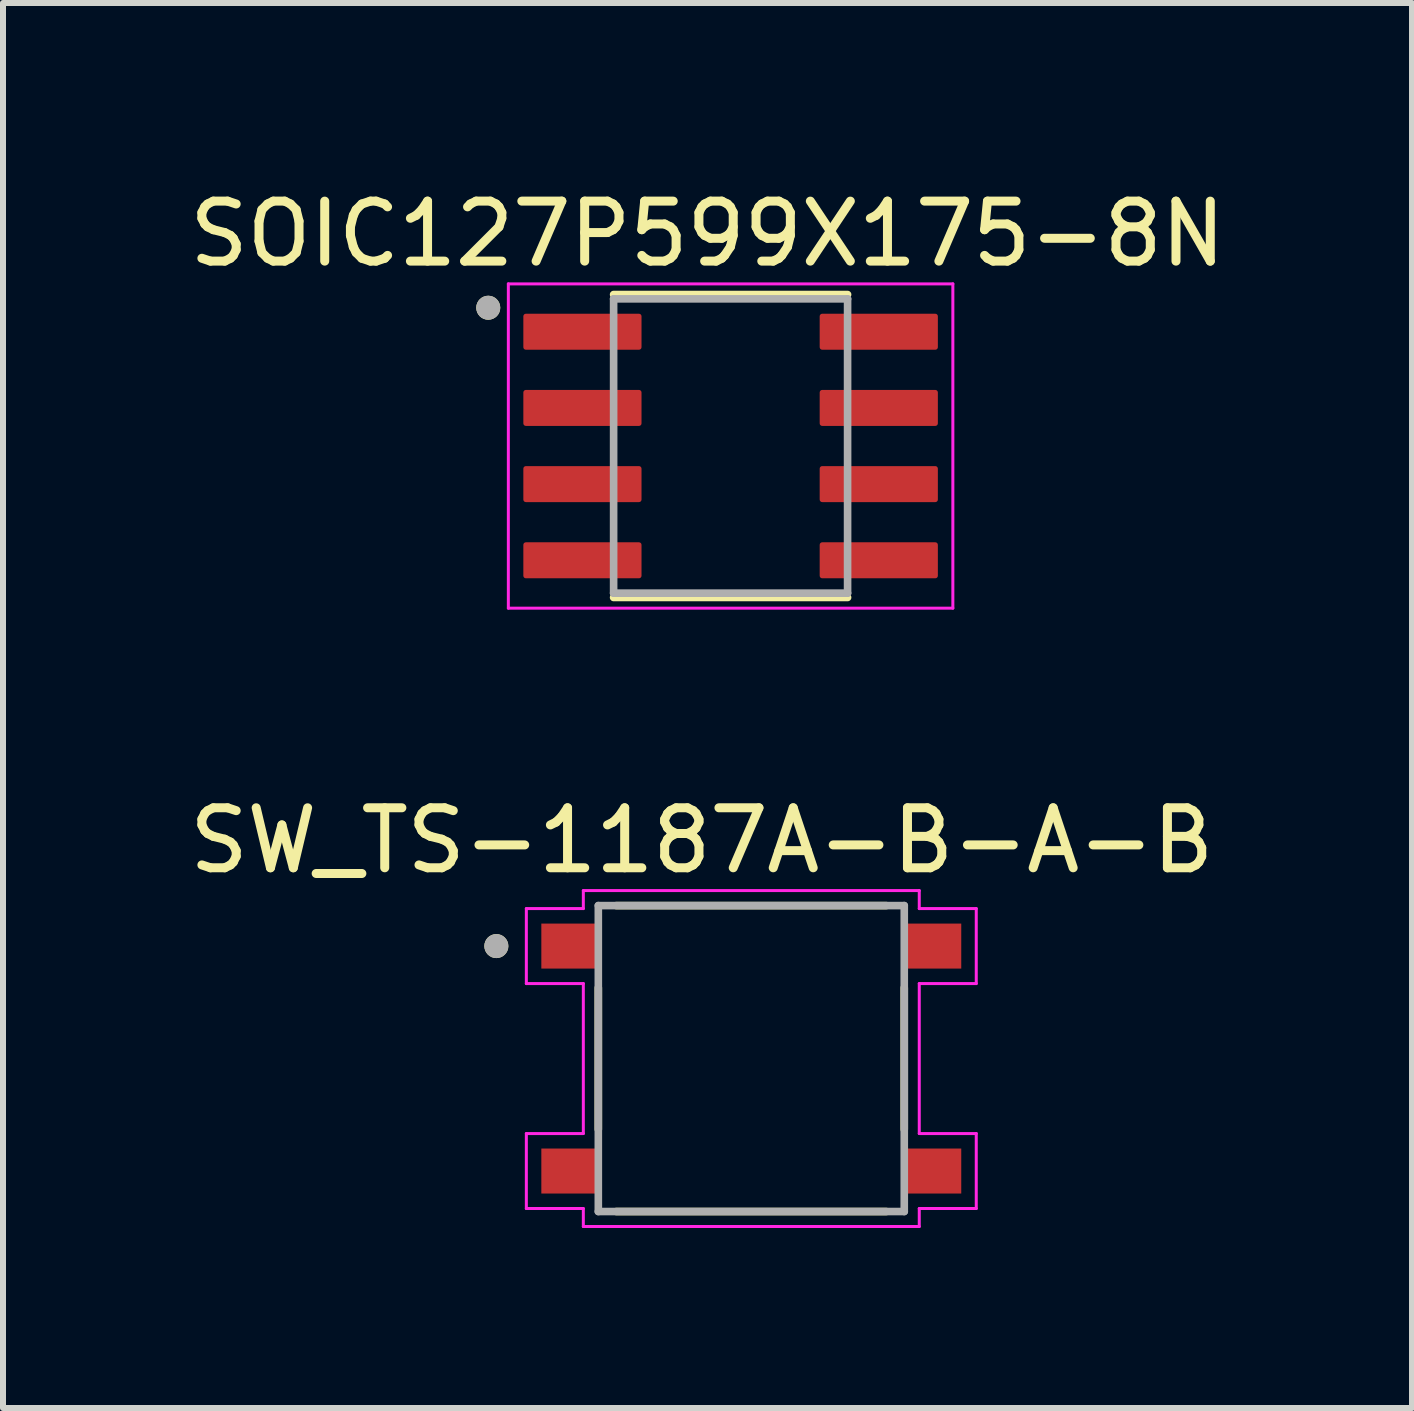
<source format=kicad_pcb>
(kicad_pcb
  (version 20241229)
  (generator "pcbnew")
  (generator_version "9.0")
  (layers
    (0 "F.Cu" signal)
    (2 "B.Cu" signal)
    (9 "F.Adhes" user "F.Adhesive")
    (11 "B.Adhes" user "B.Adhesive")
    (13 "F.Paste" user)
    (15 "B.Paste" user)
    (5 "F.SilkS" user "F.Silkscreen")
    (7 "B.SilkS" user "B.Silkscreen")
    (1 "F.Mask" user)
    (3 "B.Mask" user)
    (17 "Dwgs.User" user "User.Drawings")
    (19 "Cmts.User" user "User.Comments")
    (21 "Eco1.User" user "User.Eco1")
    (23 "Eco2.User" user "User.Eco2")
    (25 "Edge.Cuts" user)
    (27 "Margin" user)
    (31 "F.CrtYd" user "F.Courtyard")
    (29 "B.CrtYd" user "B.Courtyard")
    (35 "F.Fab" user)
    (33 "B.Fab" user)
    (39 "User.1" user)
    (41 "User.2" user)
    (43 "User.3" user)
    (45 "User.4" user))
  (footprint "SOIC127P599X175-8N"
    (layer "F.Cu")
    (at 9.129 4.385)
    (property "Reference" "SOIC127P599X175-8N" (at -0.385 -3.537 0) (layer "F.SilkS") (effects (font (size 1 1) (thickness 0.15))))
    (attr through_hole)
    (fp_line (start -1.95 -2.525) (end 1.95 -2.525) (stroke (width 0.127) (type solid)) (layer "F.SilkS"))
    (fp_line (start -1.95 2.525) (end 1.95 2.525) (stroke (width 0.127) (type solid)) (layer "F.SilkS"))
    (fp_circle (center -4.04 -2.305) (end -3.94 -2.305) (stroke (width 0.2) (type solid)) (fill no) (layer "F.SilkS"))
    (fp_line (start -3.705 -2.703) (end -3.705 2.703) (stroke (width 0.05) (type solid)) (layer "F.CrtYd"))
    (fp_line (start -3.705 -2.703) (end 3.705 -2.703) (stroke (width 0.05) (type solid)) (layer "F.CrtYd"))
    (fp_line (start -3.705 2.703) (end 3.705 2.703) (stroke (width 0.05) (type solid)) (layer "F.CrtYd"))
    (fp_line (start 3.705 -2.703) (end 3.705 2.703) (stroke (width 0.05) (type solid)) (layer "F.CrtYd"))
    (fp_line (start -1.95 -2.453) (end -1.95 2.453) (stroke (width 0.127) (type solid)) (layer "F.Fab"))
    (fp_line (start -1.95 -2.453) (end 1.95 -2.453) (stroke (width 0.127) (type solid)) (layer "F.Fab"))
    (fp_line (start -1.95 2.453) (end 1.95 2.453) (stroke (width 0.127) (type solid)) (layer "F.Fab"))
    (fp_line (start 1.95 -2.453) (end 1.95 2.453) (stroke (width 0.127) (type solid)) (layer "F.Fab"))
    (fp_circle (center -4.04 -2.305) (end -3.94 -2.305) (stroke (width 0.2) (type solid)) (fill no) (layer "F.Fab"))
    (pad "1" smd roundrect (at -2.47 -1.905) (size 1.97 0.6) (layers "F.Cu" "F.Mask" "F.Paste") (roundrect_rratio 0.07))
    (pad "2" smd roundrect (at -2.47 -0.635) (size 1.97 0.6) (layers "F.Cu" "F.Mask" "F.Paste") (roundrect_rratio 0.07))
    (pad "3" smd roundrect (at -2.47 0.635) (size 1.97 0.6) (layers "F.Cu" "F.Mask" "F.Paste") (roundrect_rratio 0.07))
    (pad "4" smd roundrect (at -2.47 1.905) (size 1.97 0.6) (layers "F.Cu" "F.Mask" "F.Paste") (roundrect_rratio 0.07))
    (pad "5" smd roundrect (at 2.47 1.905) (size 1.97 0.6) (layers "F.Cu" "F.Mask" "F.Paste") (roundrect_rratio 0.07))
    (pad "6" smd roundrect (at 2.47 0.635) (size 1.97 0.6) (layers "F.Cu" "F.Mask" "F.Paste") (roundrect_rratio 0.07))
    (pad "7" smd roundrect (at 2.47 -0.635) (size 1.97 0.6) (layers "F.Cu" "F.Mask" "F.Paste") (roundrect_rratio 0.07))
    (pad "8" smd roundrect (at 2.47 -1.905) (size 1.97 0.6) (layers "F.Cu" "F.Mask" "F.Paste") (roundrect_rratio 0.07)))
  (footprint "SW_TS-1187A-B-A-B"
    (layer "F.Cu")
    (at 9.474 14.596)
    (property "Reference" "SW_TS-1187A-B-A-B" (at -0.825 -3.635 0) (layer "F.SilkS") (effects (font (size 1 1) (thickness 0.15))))
    (attr through_hole)
    (fp_line (start -2.55 -1.18) (end -2.55 1.18) (stroke (width 0.127) (type solid)) (layer "F.SilkS"))
    (fp_line (start 2.25 -2.55) (end -2.25 -2.55) (stroke (width 0.127) (type solid)) (layer "F.SilkS"))
    (fp_line (start 2.25 2.55) (end -2.25 2.55) (stroke (width 0.127) (type solid)) (layer "F.SilkS"))
    (fp_line (start 2.55 1.18) (end 2.55 -1.18) (stroke (width 0.127) (type solid)) (layer "F.SilkS"))
    (fp_circle (center -4.25 -1.875) (end -4.15 -1.875) (stroke (width 0.2) (type solid)) (fill no) (layer "F.SilkS"))
    (fp_line (start -3.75 -2.5) (end -3.75 -1.25) (stroke (width 0.05) (type solid)) (layer "F.CrtYd"))
    (fp_line (start -3.75 -2.5) (end -2.8 -2.5) (stroke (width 0.05) (type solid)) (layer "F.CrtYd"))
    (fp_line (start -3.75 -1.25) (end -2.8 -1.25) (stroke (width 0.05) (type solid)) (layer "F.CrtYd"))
    (fp_line (start -3.75 1.25) (end -2.8 1.25) (stroke (width 0.05) (type solid)) (layer "F.CrtYd"))
    (fp_line (start -3.75 2.5) (end -3.75 1.25) (stroke (width 0.05) (type solid)) (layer "F.CrtYd"))
    (fp_line (start -3.75 2.5) (end -2.8 2.5) (stroke (width 0.05) (type solid)) (layer "F.CrtYd"))
    (fp_line (start -2.8 -2.8) (end -2.8 -2.5) (stroke (width 0.05) (type solid)) (layer "F.CrtYd"))
    (fp_line (start -2.8 -1.25) (end -2.8 1.25) (stroke (width 0.05) (type solid)) (layer "F.CrtYd"))
    (fp_line (start -2.8 2.8) (end -2.8 2.5) (stroke (width 0.05) (type solid)) (layer "F.CrtYd"))
    (fp_line (start -2.8 2.8) (end 2.8 2.8) (stroke (width 0.05) (type solid)) (layer "F.CrtYd"))
    (fp_line (start 2.8 -2.8) (end -2.8 -2.8) (stroke (width 0.05) (type solid)) (layer "F.CrtYd"))
    (fp_line (start 2.8 -2.8) (end 2.8 -2.5) (stroke (width 0.05) (type solid)) (layer "F.CrtYd"))
    (fp_line (start 2.8 -1.25) (end 2.8 1.25) (stroke (width 0.05) (type solid)) (layer "F.CrtYd"))
    (fp_line (start 2.8 2.8) (end 2.8 2.5) (stroke (width 0.05) (type solid)) (layer "F.CrtYd"))
    (fp_line (start 3.75 -2.5) (end 2.8 -2.5) (stroke (width 0.05) (type solid)) (layer "F.CrtYd"))
    (fp_line (start 3.75 -2.5) (end 3.75 -1.25) (stroke (width 0.05) (type solid)) (layer "F.CrtYd"))
    (fp_line (start 3.75 -1.25) (end 2.8 -1.25) (stroke (width 0.05) (type solid)) (layer "F.CrtYd"))
    (fp_line (start 3.75 1.25) (end 2.8 1.25) (stroke (width 0.05) (type solid)) (layer "F.CrtYd"))
    (fp_line (start 3.75 2.5) (end 2.8 2.5) (stroke (width 0.05) (type solid)) (layer "F.CrtYd"))
    (fp_line (start 3.75 2.5) (end 3.75 1.25) (stroke (width 0.05) (type solid)) (layer "F.CrtYd"))
    (fp_line (start -2.55 -2.55) (end -2.55 2.55) (stroke (width 0.127) (type solid)) (layer "F.Fab"))
    (fp_line (start -2.55 2.55) (end 2.55 2.55) (stroke (width 0.127) (type solid)) (layer "F.Fab"))
    (fp_line (start 2.55 -2.55) (end -2.55 -2.55) (stroke (width 0.127) (type solid)) (layer "F.Fab"))
    (fp_line (start 2.55 2.55) (end 2.55 -2.55) (stroke (width 0.127) (type solid)) (layer "F.Fab"))
    (fp_circle (center -4.25 -1.875) (end -4.15 -1.875) (stroke (width 0.2) (type solid)) (fill no) (layer "F.Fab"))
    (pad "1" smd rect (at -3 -1.875) (size 1 0.75) (layers "F.Cu" "F.Mask" "F.Paste"))
    (pad "1" smd rect (at 3 -1.875) (size 1 0.75) (layers "F.Cu" "F.Mask" "F.Paste"))
    (pad "2" smd rect (at -3 1.875) (size 1 0.75) (layers "F.Cu" "F.Mask" "F.Paste"))
    (pad "2" smd rect (at 3 1.875) (size 1 0.75) (layers "F.Cu" "F.Mask" "F.Paste")))
  (gr_rect
    (start -3 -3)
    (end 20.488 20.421)
    (stroke (width 0.1) (type default))
    (fill no)
    (layer "Edge.Cuts")))
</source>
